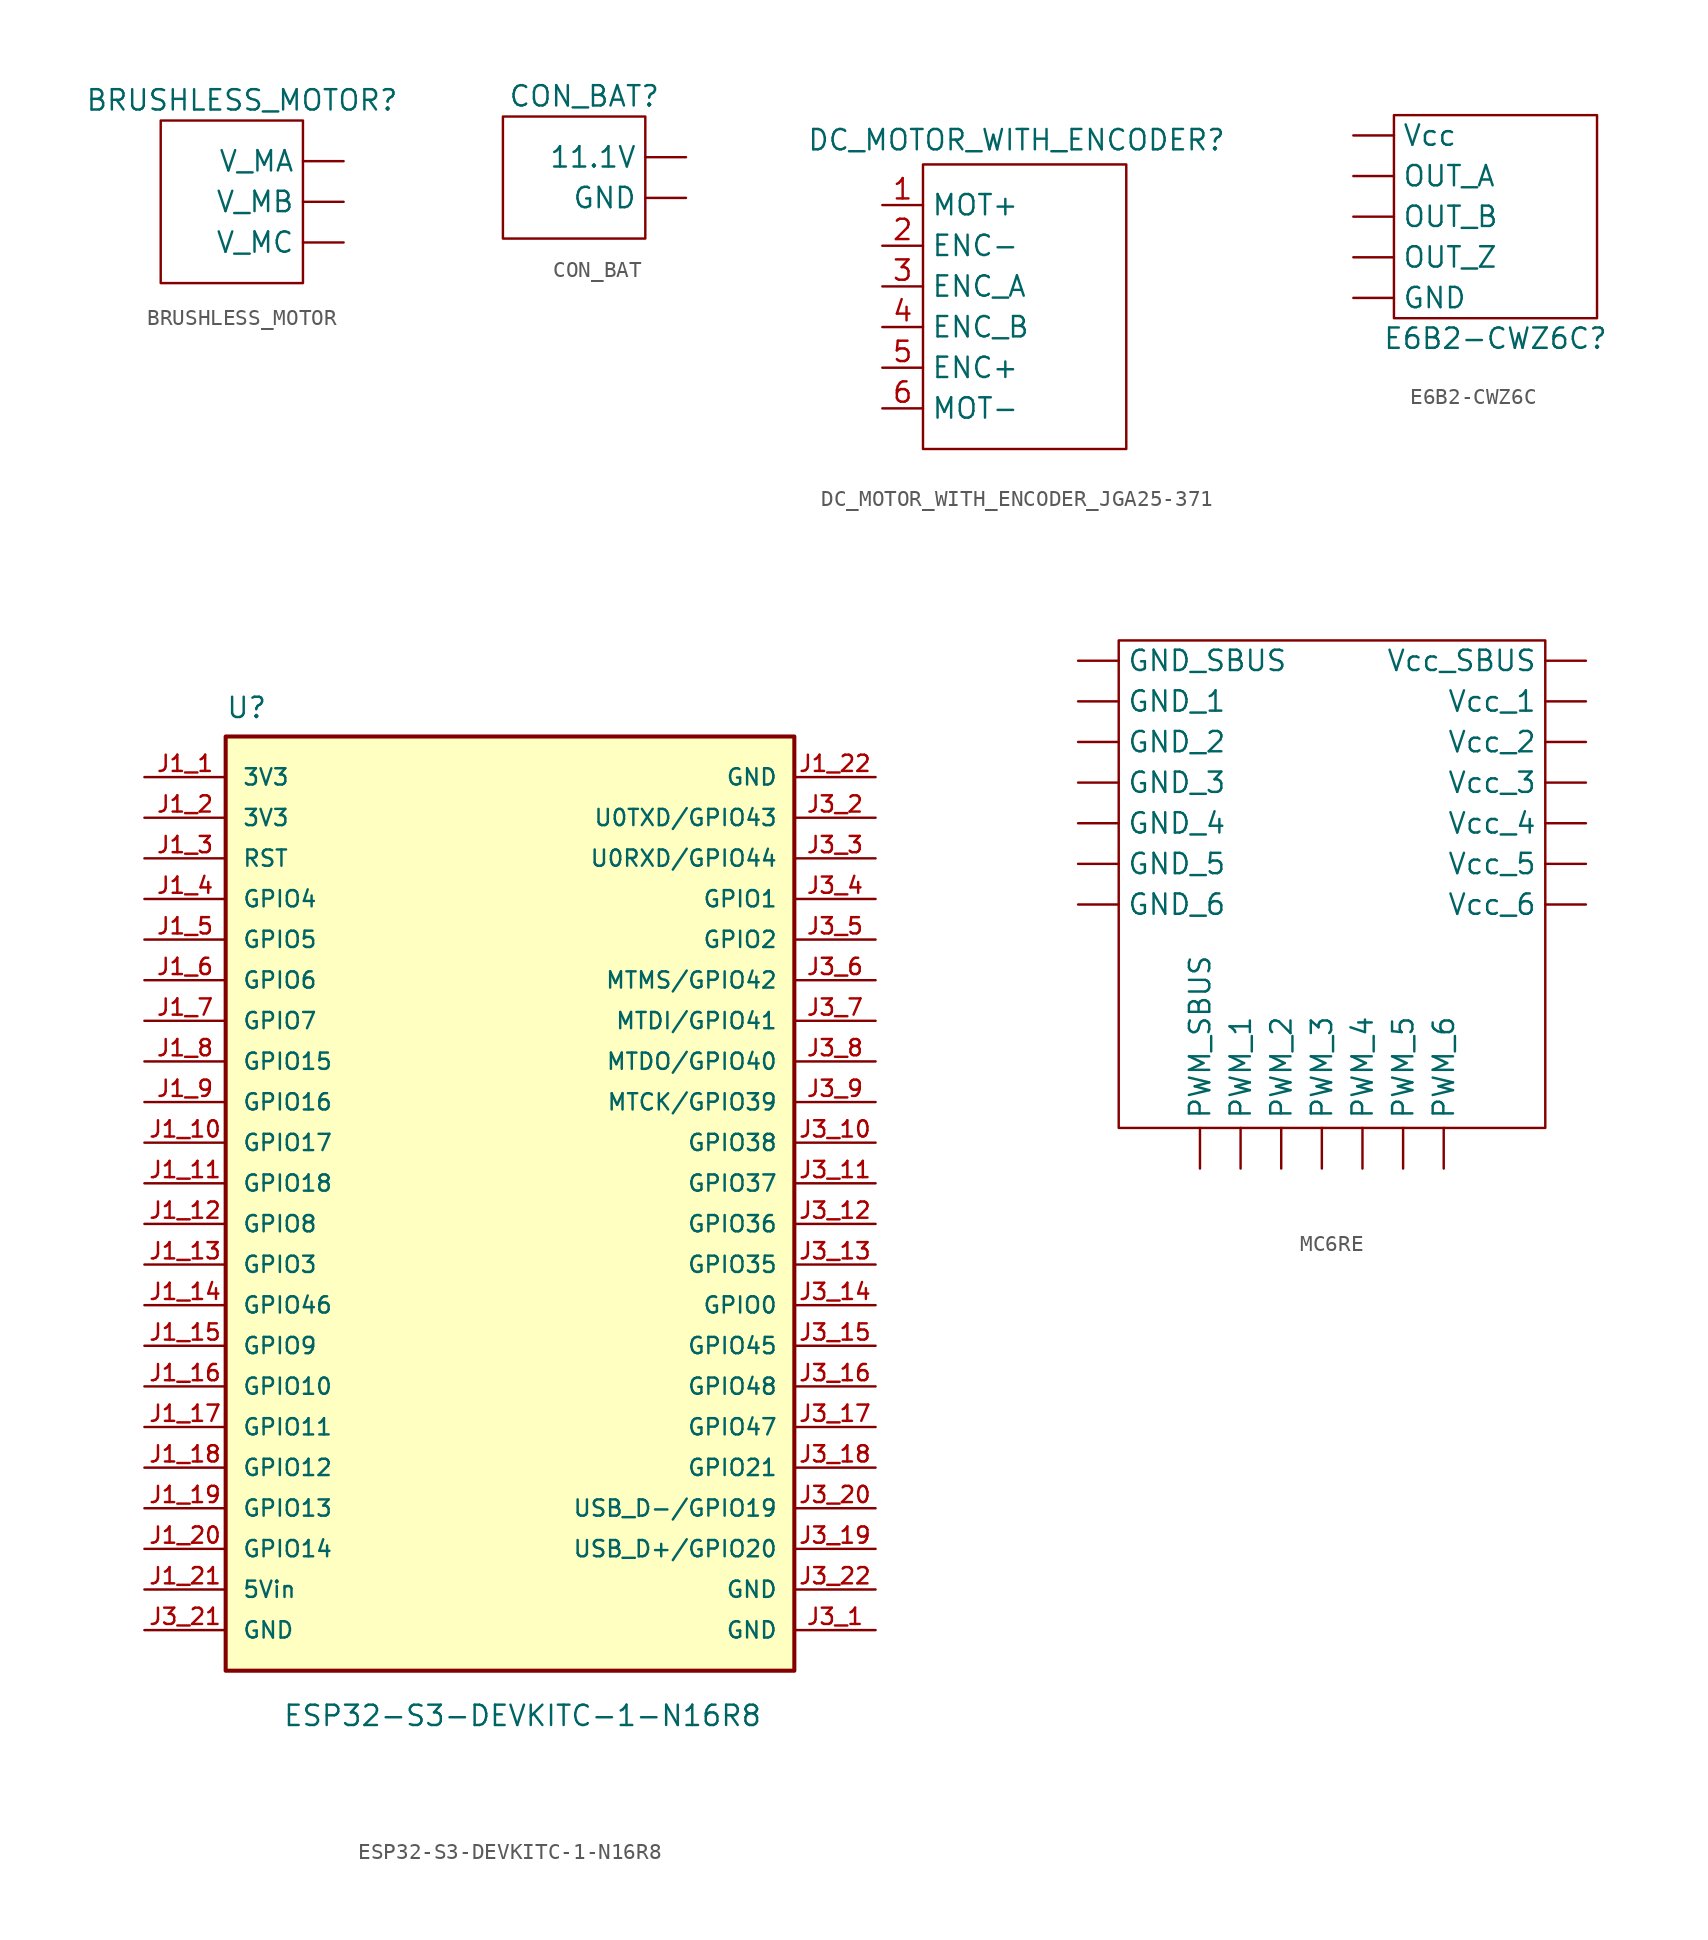
<source format=kicad_sym>
(kicad_symbol_lib
  (version 20241209)
  (generator "kicad_symbol_editor")
  (generator_version "9.0")
  (symbol "BRUSHLESS_MOTOR"
    (property "Reference" "BRUSHLESS_MOTOR"
      (at 0 0 0)
      (effects (font (size 1.27 1.27))))
    (property "Value" ""
      (at 0 0 0)
      (effects (font (size 1.27 1.27))))
    (symbol "BRUSHLESS_MOTOR_0_1"
      (rectangle (start -5.08 -1.27) (end 3.81 -11.43) (stroke (width 0) (type default)) (fill (type none))))
    (symbol "BRUSHLESS_MOTOR_1_1"
      (pin power_in line (at 6.35 -3.81 180) (length 2.54) (name "V_MA" (effects (font (size 1.27 1.27)))) (number "" (effects (font (size 1.27 1.27)))))
      (pin power_in line (at 6.35 -6.35 180) (length 2.54) (name "V_MB" (effects (font (size 1.27 1.27)))) (number "" (effects (font (size 1.27 1.27)))))
      (pin power_in line (at 6.35 -8.89 180) (length 2.54) (name "V_MC" (effects (font (size 1.27 1.27)))) (number "" (effects (font (size 1.27 1.27)))))))
  (symbol "CON_BAT"
    (property "Reference" "CON_BAT"
      (at 0 0 0)
      (effects (font (size 1.27 1.27))))
    (property "Value" ""
      (at 0 0 0)
      (effects (font (size 1.27 1.27))))
    (symbol "CON_BAT_0_1"
      (rectangle (start -5.08 -1.27) (end 3.81 -8.89) (stroke (width 0) (type default)) (fill (type none))))
    (symbol "CON_BAT_1_1"
      (pin power_in line (at 6.35 -3.81 180) (length 2.54) (name "11.1V" (effects (font (size 1.27 1.27)))) (number "" (effects (font (size 1.27 1.27)))))
      (pin power_in line (at 6.35 -6.35 180) (length 2.54) (name "GND" (effects (font (size 1.27 1.27)))) (number "" (effects (font (size 1.27 1.27)))))))
  (symbol "DC_MOTOR_WITH_ENCODER_JGA25-371"
    (property "Reference" "DC_MOTOR_WITH_ENCODER"
      (at -3.048 -2.286 0)
      (effects (font (size 1.27 1.27))))
    (property "Value" ""
      (at 0 0 0)
      (effects (font (size 1.27 1.27))))
    (symbol "DC_MOTOR_WITH_ENCODER_JGA25-371_0_1"
      (rectangle (start -8.89 -3.81) (end 3.81 -21.59) (stroke (width 0) (type default)) (fill (type none))))
    (symbol "DC_MOTOR_WITH_ENCODER_JGA25-371_1_1"
      (pin power_in line (at -11.43 -6.35 0) (length 2.54) (name "MOT+" (effects (font (size 1.27 1.27)))) (number "1" (effects (font (size 1.27 1.27)))))
      (pin power_in line (at -11.43 -8.89 0) (length 2.54) (name "ENC-" (effects (font (size 1.27 1.27)))) (number "2" (effects (font (size 1.27 1.27)))))
      (pin output line (at -11.43 -11.43 0) (length 2.54) (name "ENC_A" (effects (font (size 1.27 1.27)))) (number "3" (effects (font (size 1.27 1.27)))))
      (pin output line (at -11.43 -13.97 0) (length 2.54) (name "ENC_B" (effects (font (size 1.27 1.27)))) (number "4" (effects (font (size 1.27 1.27)))))
      (pin power_in line (at -11.43 -16.51 0) (length 2.54) (name "ENC+" (effects (font (size 1.27 1.27)))) (number "5" (effects (font (size 1.27 1.27)))))
      (pin power_in line (at -11.43 -19.05 0) (length 2.54) (name "MOT-" (effects (font (size 1.27 1.27)))) (number "6" (effects (font (size 1.27 1.27)))))))
  (symbol "E6B2-CWZ6C"
    (property "Reference" "E6B2-CWZ6C"
      (at 1.27 -15.24 0)
      (effects (font (size 1.27 1.27))))
    (property "Value" ""
      (at 0 0 0)
      (effects (font (size 1.27 1.27))))
    (symbol "E6B2-CWZ6C_0_1"
      (rectangle (start -5.08 -1.27) (end 7.62 -13.97) (stroke (width 0) (type default)) (fill (type none))))
    (symbol "E6B2-CWZ6C_1_1"
      (pin power_in line (at -7.62 -2.54 0) (length 2.54) (name "Vcc" (effects (font (size 1.27 1.27)))) (number "" (effects (font (size 1.27 1.27)))))
      (pin output line (at -7.62 -5.08 0) (length 2.54) (name "OUT_A" (effects (font (size 1.27 1.27)))) (number "" (effects (font (size 1.27 1.27)))))
      (pin output line (at -7.62 -7.62 0) (length 2.54) (name "OUT_B" (effects (font (size 1.27 1.27)))) (number "" (effects (font (size 1.27 1.27)))))
      (pin output line (at -7.62 -10.16 0) (length 2.54) (name "OUT_Z" (effects (font (size 1.27 1.27)))) (number "" (effects (font (size 1.27 1.27)))))
      (pin power_in line (at -7.62 -12.7 0) (length 2.54) (name "GND" (effects (font (size 1.27 1.27)))) (number "" (effects (font (size 1.27 1.27)))))))
  (symbol "ESP32-S3-DEVKITC-1-N16R8"
    (pin_names
      (offset 1.016))
    (property "Reference" "U"
      (at -17.78 35.56 0)
      (effects (font (size 1.27 1.27)) (justify left top)))
    (property "Value" "ESP32-S3-DEVKITC-1-N16R8"
      (at -14.224 -28.956 0)
      (effects (font (size 1.27 1.27)) (justify left bottom)))
    (symbol "ESP32-S3-DEVKITC-1-N16R8_0_0"
      (rectangle (start -17.78 33.02) (end 17.78 -25.4) (stroke (width 0.254) (type default)) (fill (type background)))
      (pin power_in line (at -22.86 30.48 0) (length 5.08) (name "3V3" (effects (font (size 1.016 1.016)))) (number "J1_1" (effects (font (size 1.016 1.016)))))
      (pin power_in line (at -22.86 27.94 0) (length 5.08) (name "3V3" (effects (font (size 1.016 1.016)))) (number "J1_2" (effects (font (size 1.016 1.016)))))
      (pin input line (at -22.86 25.4 0) (length 5.08) (name "RST" (effects (font (size 1.016 1.016)))) (number "J1_3" (effects (font (size 1.016 1.016)))))
      (pin bidirectional line (at -22.86 22.86 0) (length 5.08) (name "GPIO4" (effects (font (size 1.016 1.016)))) (number "J1_4" (effects (font (size 1.016 1.016)))))
      (pin bidirectional line (at -22.86 20.32 0) (length 5.08) (name "GPIO5" (effects (font (size 1.016 1.016)))) (number "J1_5" (effects (font (size 1.016 1.016)))))
      (pin bidirectional line (at -22.86 17.78 0) (length 5.08) (name "GPIO6" (effects (font (size 1.016 1.016)))) (number "J1_6" (effects (font (size 1.016 1.016)))))
      (pin bidirectional line (at -22.86 15.24 0) (length 5.08) (name "GPIO7" (effects (font (size 1.016 1.016)))) (number "J1_7" (effects (font (size 1.016 1.016)))))
      (pin bidirectional line (at -22.86 12.7 0) (length 5.08) (name "GPIO15" (effects (font (size 1.016 1.016)))) (number "J1_8" (effects (font (size 1.016 1.016)))))
      (pin bidirectional line (at -22.86 10.16 0) (length 5.08) (name "GPIO16" (effects (font (size 1.016 1.016)))) (number "J1_9" (effects (font (size 1.016 1.016)))))
      (pin bidirectional line (at -22.86 7.62 0) (length 5.08) (name "GPIO17" (effects (font (size 1.016 1.016)))) (number "J1_10" (effects (font (size 1.016 1.016)))))
      (pin bidirectional line (at -22.86 5.08 0) (length 5.08) (name "GPIO18" (effects (font (size 1.016 1.016)))) (number "J1_11" (effects (font (size 1.016 1.016)))))
      (pin bidirectional line (at -22.86 2.54 0) (length 5.08) (name "GPIO8" (effects (font (size 1.016 1.016)))) (number "J1_12" (effects (font (size 1.016 1.016)))))
      (pin bidirectional line (at -22.86 0 0) (length 5.08) (name "GPIO3" (effects (font (size 1.016 1.016)))) (number "J1_13" (effects (font (size 1.016 1.016)))))
      (pin bidirectional line (at -22.86 -2.54 0) (length 5.08) (name "GPIO46" (effects (font (size 1.016 1.016)))) (number "J1_14" (effects (font (size 1.016 1.016)))))
      (pin bidirectional line (at -22.86 -5.08 0) (length 5.08) (name "GPIO9" (effects (font (size 1.016 1.016)))) (number "J1_15" (effects (font (size 1.016 1.016)))))
      (pin bidirectional line (at -22.86 -7.62 0) (length 5.08) (name "GPIO10" (effects (font (size 1.016 1.016)))) (number "J1_16" (effects (font (size 1.016 1.016)))))
      (pin bidirectional line (at -22.86 -10.16 0) (length 5.08) (name "GPIO11" (effects (font (size 1.016 1.016)))) (number "J1_17" (effects (font (size 1.016 1.016)))))
      (pin bidirectional line (at -22.86 -12.7 0) (length 5.08) (name "GPIO12" (effects (font (size 1.016 1.016)))) (number "J1_18" (effects (font (size 1.016 1.016)))))
      (pin bidirectional line (at -22.86 -15.24 0) (length 5.08) (name "GPIO13" (effects (font (size 1.016 1.016)))) (number "J1_19" (effects (font (size 1.016 1.016)))))
      (pin bidirectional line (at -22.86 -17.78 0) (length 5.08) (name "GPIO14" (effects (font (size 1.016 1.016)))) (number "J1_20" (effects (font (size 1.016 1.016)))))
      (pin power_in line (at -22.86 -22.86 0) (length 5.08) (name "GND" (effects (font (size 1.016 1.016)))) (number "J3_21" (effects (font (size 1.016 1.016)))))
      (pin power_in line (at 22.86 30.48 180) (length 5.08) (name "GND" (effects (font (size 1.016 1.016)))) (number "J1_22" (effects (font (size 1.016 1.016)))))
      (pin bidirectional line (at 22.86 27.94 180) (length 5.08) (name "U0TXD/GPIO43" (effects (font (size 1.016 1.016)))) (number "J3_2" (effects (font (size 1.016 1.016)))))
      (pin bidirectional line (at 22.86 25.4 180) (length 5.08) (name "U0RXD/GPIO44" (effects (font (size 1.016 1.016)))) (number "J3_3" (effects (font (size 1.016 1.016)))))
      (pin bidirectional line (at 22.86 22.86 180) (length 5.08) (name "GPIO1" (effects (font (size 1.016 1.016)))) (number "J3_4" (effects (font (size 1.016 1.016)))))
      (pin bidirectional line (at 22.86 20.32 180) (length 5.08) (name "GPIO2" (effects (font (size 1.016 1.016)))) (number "J3_5" (effects (font (size 1.016 1.016)))))
      (pin bidirectional line (at 22.86 17.78 180) (length 5.08) (name "MTMS/GPIO42" (effects (font (size 1.016 1.016)))) (number "J3_6" (effects (font (size 1.016 1.016)))))
      (pin bidirectional line (at 22.86 15.24 180) (length 5.08) (name "MTDI/GPIO41" (effects (font (size 1.016 1.016)))) (number "J3_7" (effects (font (size 1.016 1.016)))))
      (pin bidirectional line (at 22.86 12.7 180) (length 5.08) (name "MTDO/GPIO40" (effects (font (size 1.016 1.016)))) (number "J3_8" (effects (font (size 1.016 1.016)))))
      (pin bidirectional line (at 22.86 10.16 180) (length 5.08) (name "MTCK/GPIO39" (effects (font (size 1.016 1.016)))) (number "J3_9" (effects (font (size 1.016 1.016)))))
      (pin bidirectional line (at 22.86 7.62 180) (length 5.08) (name "GPIO38" (effects (font (size 1.016 1.016)))) (number "J3_10" (effects (font (size 1.016 1.016)))))
      (pin bidirectional line (at 22.86 5.08 180) (length 5.08) (name "GPIO37" (effects (font (size 1.016 1.016)))) (number "J3_11" (effects (font (size 1.016 1.016)))))
      (pin bidirectional line (at 22.86 2.54 180) (length 5.08) (name "GPIO36" (effects (font (size 1.016 1.016)))) (number "J3_12" (effects (font (size 1.016 1.016)))))
      (pin bidirectional line (at 22.86 0 180) (length 5.08) (name "GPIO35" (effects (font (size 1.016 1.016)))) (number "J3_13" (effects (font (size 1.016 1.016)))))
      (pin bidirectional line (at 22.86 -2.54 180) (length 5.08) (name "GPIO0" (effects (font (size 1.016 1.016)))) (number "J3_14" (effects (font (size 1.016 1.016)))))
      (pin bidirectional line (at 22.86 -5.08 180) (length 5.08) (name "GPIO45" (effects (font (size 1.016 1.016)))) (number "J3_15" (effects (font (size 1.016 1.016)))))
      (pin bidirectional line (at 22.86 -7.62 180) (length 5.08) (name "GPIO48" (effects (font (size 1.016 1.016)))) (number "J3_16" (effects (font (size 1.016 1.016)))))
      (pin bidirectional line (at 22.86 -10.16 180) (length 5.08) (name "GPIO47" (effects (font (size 1.016 1.016)))) (number "J3_17" (effects (font (size 1.016 1.016)))))
      (pin bidirectional line (at 22.86 -12.7 180) (length 5.08) (name "GPIO21" (effects (font (size 1.016 1.016)))) (number "J3_18" (effects (font (size 1.016 1.016)))))
      (pin bidirectional line (at 22.86 -15.24 180) (length 5.08) (name "USB_D-/GPIO19" (effects (font (size 1.016 1.016)))) (number "J3_20" (effects (font (size 1.016 1.016)))))
      (pin bidirectional line (at 22.86 -17.78 180) (length 5.08) (name "USB_D+/GPIO20" (effects (font (size 1.016 1.016)))) (number "J3_19" (effects (font (size 1.016 1.016)))))
      (pin power_in line (at 22.86 -20.32 180) (length 5.08) (name "GND" (effects (font (size 1.016 1.016)))) (number "J3_22" (effects (font (size 1.016 1.016)))))
      (pin power_in line (at 22.86 -22.86 180) (length 5.08) (name "GND" (effects (font (size 1.016 1.016)))) (number "J3_1" (effects (font (size 1.016 1.016))))))
    (symbol "ESP32-S3-DEVKITC-1-N16R8_1_0"
      (pin power_in line (at -22.86 -20.32 0) (length 5.08) (name "5Vin" (effects (font (size 1.016 1.016)))) (number "J1_21" (effects (font (size 1.016 1.016)))))))
  (symbol "MC6RE"
    (property "Reference" "U"
      (at 0 0 0)
      (effects (font (size 1.27 1.27)) (hide yes)))
    (property "Value" ""
      (at 0 0 0)
      (effects (font (size 1.27 1.27))))
    (symbol "MC6RE_0_1"
      (rectangle (start -21.59 6.35) (end 5.08 -24.13) (stroke (width 0) (type default)) (fill (type none))))
    (symbol "MC6RE_1_1"
      (pin power_in line (at -24.13 5.08 0) (length 2.54) (name "GND_SBUS" (effects (font (size 1.27 1.27)))) (number "" (effects (font (size 1.27 1.27)))))
      (pin power_in line (at -24.13 2.54 0) (length 2.54) (name "GND_1" (effects (font (size 1.27 1.27)))) (number "" (effects (font (size 1.27 1.27)))))
      (pin power_in line (at -24.13 0 0) (length 2.54) (name "GND_2" (effects (font (size 1.27 1.27)))) (number "" (effects (font (size 1.27 1.27)))))
      (pin power_in line (at -24.13 -2.54 0) (length 2.54) (name "GND_3" (effects (font (size 1.27 1.27)))) (number "" (effects (font (size 1.27 1.27)))))
      (pin power_in line (at -24.13 -5.08 0) (length 2.54) (name "GND_4" (effects (font (size 1.27 1.27)))) (number "" (effects (font (size 1.27 1.27)))))
      (pin power_in line (at -24.13 -7.62 0) (length 2.54) (name "GND_5" (effects (font (size 1.27 1.27)))) (number "" (effects (font (size 1.27 1.27)))))
      (pin power_in line (at -24.13 -10.16 0) (length 2.54) (name "GND_6" (effects (font (size 1.27 1.27)))) (number "" (effects (font (size 1.27 1.27)))))
      (pin power_in line (at -16.51 -26.67 90) (length 2.54) (name "PWM_SBUS" (effects (font (size 1.27 1.27)))) (number "" (effects (font (size 1.27 1.27)))))
      (pin power_in line (at -13.97 -26.67 90) (length 2.54) (name "PWM_1" (effects (font (size 1.27 1.27)))) (number "" (effects (font (size 1.27 1.27)))))
      (pin power_in line (at -11.43 -26.67 90) (length 2.54) (name "PWM_2" (effects (font (size 1.27 1.27)))) (number "" (effects (font (size 1.27 1.27)))))
      (pin power_in line (at -8.89 -26.67 90) (length 2.54) (name "PWM_3" (effects (font (size 1.27 1.27)))) (number "" (effects (font (size 1.27 1.27)))))
      (pin power_in line (at -6.35 -26.67 90) (length 2.54) (name "PWM_4" (effects (font (size 1.27 1.27)))) (number "" (effects (font (size 1.27 1.27)))))
      (pin power_in line (at -3.81 -26.67 90) (length 2.54) (name "PWM_5" (effects (font (size 1.27 1.27)))) (number "" (effects (font (size 1.27 1.27)))))
      (pin power_in line (at -1.27 -26.67 90) (length 2.54) (name "PWM_6" (effects (font (size 1.27 1.27)))) (number "" (effects (font (size 1.27 1.27)))))
      (pin power_in line (at 7.62 5.08 180) (length 2.54) (name "Vcc_SBUS" (effects (font (size 1.27 1.27)))) (number "" (effects (font (size 1.27 1.27)))))
      (pin power_in line (at 7.62 2.54 180) (length 2.54) (name "Vcc_1" (effects (font (size 1.27 1.27)))) (number "" (effects (font (size 1.27 1.27)))))
      (pin power_in line (at 7.62 0 180) (length 2.54) (name "Vcc_2" (effects (font (size 1.27 1.27)))) (number "" (effects (font (size 1.27 1.27)))))
      (pin power_in line (at 7.62 -2.54 180) (length 2.54) (name "Vcc_3" (effects (font (size 1.27 1.27)))) (number "" (effects (font (size 1.27 1.27)))))
      (pin power_in line (at 7.62 -5.08 180) (length 2.54) (name "Vcc_4" (effects (font (size 1.27 1.27)))) (number "" (effects (font (size 1.27 1.27)))))
      (pin power_in line (at 7.62 -7.62 180) (length 2.54) (name "Vcc_5" (effects (font (size 1.27 1.27)))) (number "" (effects (font (size 1.27 1.27)))))
      (pin power_in line (at 7.62 -10.16 180) (length 2.54) (name "Vcc_6" (effects (font (size 1.27 1.27)))) (number "" (effects (font (size 1.27 1.27))))))))
</source>
